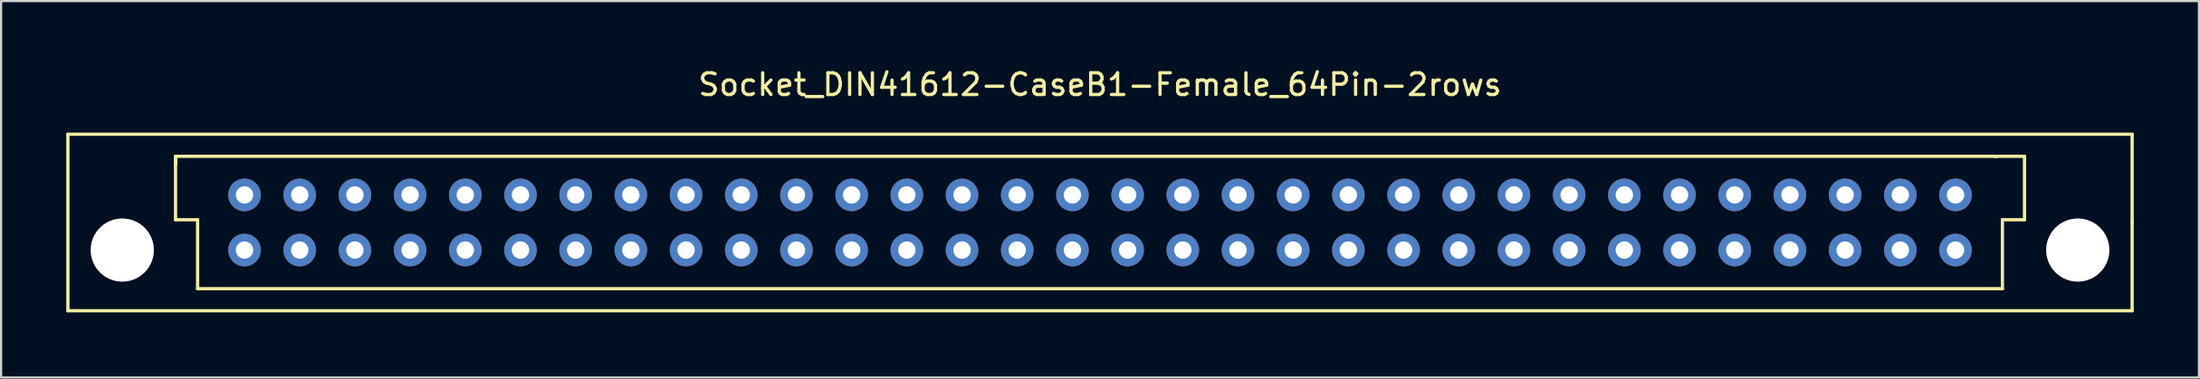
<source format=kicad_pcb>
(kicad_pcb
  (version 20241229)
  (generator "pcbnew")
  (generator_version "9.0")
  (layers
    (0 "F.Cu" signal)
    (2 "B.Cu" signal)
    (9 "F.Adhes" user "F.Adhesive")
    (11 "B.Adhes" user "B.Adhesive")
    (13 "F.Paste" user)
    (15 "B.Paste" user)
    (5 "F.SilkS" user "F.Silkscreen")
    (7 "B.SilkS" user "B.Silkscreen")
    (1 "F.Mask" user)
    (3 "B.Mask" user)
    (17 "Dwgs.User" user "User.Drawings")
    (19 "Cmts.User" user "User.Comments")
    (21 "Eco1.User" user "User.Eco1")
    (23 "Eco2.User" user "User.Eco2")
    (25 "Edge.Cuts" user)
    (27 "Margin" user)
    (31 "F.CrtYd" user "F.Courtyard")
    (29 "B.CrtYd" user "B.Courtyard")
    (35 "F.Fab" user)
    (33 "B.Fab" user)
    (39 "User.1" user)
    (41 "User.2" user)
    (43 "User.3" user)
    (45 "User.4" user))
  (footprint "Socket_DIN41612-CaseB1-Female_64Pin-2rows"
    (layer "F.Cu")
    (at 47.573 7.198)
    (property "Reference" "Socket_DIN41612-CaseB1-Female_64Pin-2rows" (at 0 -6.35 0) (layer "F.SilkS") (effects (font (size 1 1) (thickness 0.15))))
    (attr through_hole)
    (fp_line (start -47.498 -4.064) (end -47.498 4.064) (stroke (width 0.15) (type solid)) (layer "F.SilkS"))
    (fp_line (start -47.498 4.064) (end 47.498 4.064) (stroke (width 0.15) (type solid)) (layer "F.SilkS"))
    (fp_line (start -42.545 -3.048) (end -42.545 -2.667) (stroke (width 0.15) (type solid)) (layer "F.SilkS"))
    (fp_line (start -42.545 -0.127) (end -42.545 -3.048) (stroke (width 0.15) (type solid)) (layer "F.SilkS"))
    (fp_line (start -41.529 -0.127) (end -42.545 -0.127) (stroke (width 0.15) (type solid)) (layer "F.SilkS"))
    (fp_line (start -41.529 3.048) (end -41.529 -0.127) (stroke (width 0.15) (type solid)) (layer "F.SilkS"))
    (fp_line (start 41.275 -3.048) (end -42.545 -3.048) (stroke (width 0.15) (type solid)) (layer "F.SilkS"))
    (fp_line (start 41.529 -0.127) (end 42.545 -0.127) (stroke (width 0.15) (type solid)) (layer "F.SilkS"))
    (fp_line (start 41.529 3.048) (end -41.529 3.048) (stroke (width 0.15) (type solid)) (layer "F.SilkS"))
    (fp_line (start 41.529 3.048) (end 41.529 -0.127) (stroke (width 0.15) (type solid)) (layer "F.SilkS"))
    (fp_line (start 42.545 -3.048) (end 41.148 -3.048) (stroke (width 0.15) (type solid)) (layer "F.SilkS"))
    (fp_line (start 42.545 -0.127) (end 42.545 -3.048) (stroke (width 0.15) (type solid)) (layer "F.SilkS"))
    (fp_line (start 47.498 -4.064) (end -47.498 -4.064) (stroke (width 0.15) (type solid)) (layer "F.SilkS"))
    (fp_line (start 47.498 0) (end 47.498 -4.064) (stroke (width 0.15) (type solid)) (layer "F.SilkS"))
    (fp_line (start 47.498 4.064) (end 47.498 0) (stroke (width 0.15) (type solid)) (layer "F.SilkS"))
    (pad "1" thru_hole circle (at -44.996 1.27) (size 2.901 2.901) (drill 2.901) (layers "*.Cu" "*.Mask"))
    (pad "1" thru_hole circle (at 44.996 1.27) (size 2.901 2.901) (drill 2.901) (layers "*.Cu" "*.Mask"))
    (pad "1a" thru_hole circle (at 39.37 -1.27 180) (size 1.501 1.501) (drill 0.8) (layers "*.Cu" "*.Mask"))
    (pad "1b" thru_hole circle (at 39.37 1.27 180) (size 1.501 1.501) (drill 0.8) (layers "*.Cu" "*.Mask"))
    (pad "2a" thru_hole circle (at 36.83 -1.27 180) (size 1.501 1.501) (drill 0.8) (layers "*.Cu" "*.Mask"))
    (pad "2b" thru_hole circle (at 36.83 1.27 180) (size 1.501 1.501) (drill 0.8) (layers "*.Cu" "*.Mask"))
    (pad "3a" thru_hole circle (at 34.29 -1.27 180) (size 1.501 1.501) (drill 0.8) (layers "*.Cu" "*.Mask"))
    (pad "3b" thru_hole circle (at 34.29 1.27 180) (size 1.501 1.501) (drill 0.8) (layers "*.Cu" "*.Mask"))
    (pad "4a" thru_hole circle (at 31.75 -1.27 180) (size 1.501 1.501) (drill 0.8) (layers "*.Cu" "*.Mask"))
    (pad "4b" thru_hole circle (at 31.75 1.27 180) (size 1.501 1.501) (drill 0.8) (layers "*.Cu" "*.Mask"))
    (pad "5a" thru_hole circle (at 29.21 -1.27 180) (size 1.501 1.501) (drill 0.8) (layers "*.Cu" "*.Mask"))
    (pad "5b" thru_hole circle (at 29.21 1.27 180) (size 1.501 1.501) (drill 0.8) (layers "*.Cu" "*.Mask"))
    (pad "6a" thru_hole circle (at 26.67 -1.27 180) (size 1.501 1.501) (drill 0.8) (layers "*.Cu" "*.Mask"))
    (pad "6b" thru_hole circle (at 26.67 1.27 180) (size 1.501 1.501) (drill 0.8) (layers "*.Cu" "*.Mask"))
    (pad "7a" thru_hole circle (at 24.13 -1.27 180) (size 1.501 1.501) (drill 0.8) (layers "*.Cu" "*.Mask"))
    (pad "7b" thru_hole circle (at 24.13 1.27 180) (size 1.501 1.501) (drill 0.8) (layers "*.Cu" "*.Mask"))
    (pad "8a" thru_hole circle (at 21.59 -1.27 180) (size 1.501 1.501) (drill 0.8) (layers "*.Cu" "*.Mask"))
    (pad "8b" thru_hole circle (at 21.59 1.27 180) (size 1.501 1.501) (drill 0.8) (layers "*.Cu" "*.Mask"))
    (pad "9a" thru_hole circle (at 19.05 -1.27 180) (size 1.501 1.501) (drill 0.8) (layers "*.Cu" "*.Mask"))
    (pad "9b" thru_hole circle (at 19.05 1.27 180) (size 1.501 1.501) (drill 0.8) (layers "*.Cu" "*.Mask"))
    (pad "10a" thru_hole circle (at 16.51 -1.27 180) (size 1.501 1.501) (drill 0.8) (layers "*.Cu" "*.Mask"))
    (pad "10b" thru_hole circle (at 16.51 1.27 180) (size 1.501 1.501) (drill 0.8) (layers "*.Cu" "*.Mask"))
    (pad "11a" thru_hole circle (at 13.97 -1.27 180) (size 1.501 1.501) (drill 0.8) (layers "*.Cu" "*.Mask"))
    (pad "11b" thru_hole circle (at 13.97 1.27 180) (size 1.501 1.501) (drill 0.8) (layers "*.Cu" "*.Mask"))
    (pad "12a" thru_hole circle (at 11.43 -1.27 180) (size 1.501 1.501) (drill 0.8) (layers "*.Cu" "*.Mask"))
    (pad "12b" thru_hole circle (at 11.43 1.27 180) (size 1.501 1.501) (drill 0.8) (layers "*.Cu" "*.Mask"))
    (pad "13a" thru_hole circle (at 8.89 -1.27 180) (size 1.501 1.501) (drill 0.8) (layers "*.Cu" "*.Mask"))
    (pad "13b" thru_hole circle (at 8.89 1.27 180) (size 1.501 1.501) (drill 0.8) (layers "*.Cu" "*.Mask"))
    (pad "14a" thru_hole circle (at 6.35 -1.27 180) (size 1.501 1.501) (drill 0.8) (layers "*.Cu" "*.Mask"))
    (pad "14b" thru_hole circle (at 6.35 1.27 180) (size 1.501 1.501) (drill 0.8) (layers "*.Cu" "*.Mask"))
    (pad "15a" thru_hole circle (at 3.81 -1.27 180) (size 1.501 1.501) (drill 0.8) (layers "*.Cu" "*.Mask"))
    (pad "15b" thru_hole circle (at 3.81 1.27 180) (size 1.501 1.501) (drill 0.8) (layers "*.Cu" "*.Mask"))
    (pad "16a" thru_hole circle (at 1.27 -1.27 180) (size 1.501 1.501) (drill 0.8) (layers "*.Cu" "*.Mask"))
    (pad "16b" thru_hole circle (at 1.27 1.27 180) (size 1.501 1.501) (drill 0.8) (layers "*.Cu" "*.Mask"))
    (pad "17a" thru_hole circle (at -1.27 -1.27 180) (size 1.501 1.501) (drill 0.8) (layers "*.Cu" "*.Mask"))
    (pad "17b" thru_hole circle (at -1.27 1.27 180) (size 1.501 1.501) (drill 0.8) (layers "*.Cu" "*.Mask"))
    (pad "18a" thru_hole circle (at -3.81 -1.27 180) (size 1.501 1.501) (drill 0.8) (layers "*.Cu" "*.Mask"))
    (pad "18b" thru_hole circle (at -3.81 1.27 180) (size 1.501 1.501) (drill 0.8) (layers "*.Cu" "*.Mask"))
    (pad "19a" thru_hole circle (at -6.35 -1.27 180) (size 1.501 1.501) (drill 0.8) (layers "*.Cu" "*.Mask"))
    (pad "19b" thru_hole circle (at -6.35 1.27 180) (size 1.501 1.501) (drill 0.8) (layers "*.Cu" "*.Mask"))
    (pad "20a" thru_hole circle (at -8.89 -1.27 180) (size 1.501 1.501) (drill 0.8) (layers "*.Cu" "*.Mask"))
    (pad "20b" thru_hole circle (at -8.89 1.27 180) (size 1.501 1.501) (drill 0.8) (layers "*.Cu" "*.Mask"))
    (pad "21a" thru_hole circle (at -11.43 -1.27 180) (size 1.501 1.501) (drill 0.8) (layers "*.Cu" "*.Mask"))
    (pad "21b" thru_hole circle (at -11.43 1.27 180) (size 1.501 1.501) (drill 0.8) (layers "*.Cu" "*.Mask"))
    (pad "22a" thru_hole circle (at -13.97 -1.27 180) (size 1.501 1.501) (drill 0.8) (layers "*.Cu" "*.Mask"))
    (pad "22b" thru_hole circle (at -13.97 1.27 180) (size 1.501 1.501) (drill 0.8) (layers "*.Cu" "*.Mask"))
    (pad "23a" thru_hole circle (at -16.51 -1.27 180) (size 1.501 1.501) (drill 0.8) (layers "*.Cu" "*.Mask"))
    (pad "23b" thru_hole circle (at -16.51 1.27 180) (size 1.501 1.501) (drill 0.8) (layers "*.Cu" "*.Mask"))
    (pad "24" thru_hole circle (at -19.05 -1.27 180) (size 1.501 1.501) (drill 0.8) (layers "*.Cu" "*.Mask"))
    (pad "24b" thru_hole circle (at -19.05 1.27 180) (size 1.501 1.501) (drill 0.8) (layers "*.Cu" "*.Mask"))
    (pad "25a" thru_hole circle (at -21.59 -1.27 180) (size 1.501 1.501) (drill 0.8) (layers "*.Cu" "*.Mask"))
    (pad "25b" thru_hole circle (at -21.59 1.27 180) (size 1.501 1.501) (drill 0.8) (layers "*.Cu" "*.Mask"))
    (pad "26a" thru_hole circle (at -24.13 -1.27 180) (size 1.501 1.501) (drill 0.8) (layers "*.Cu" "*.Mask"))
    (pad "26b" thru_hole circle (at -24.13 1.27 180) (size 1.501 1.501) (drill 0.8) (layers "*.Cu" "*.Mask"))
    (pad "27a" thru_hole circle (at -26.67 -1.27 180) (size 1.501 1.501) (drill 0.8) (layers "*.Cu" "*.Mask"))
    (pad "27b" thru_hole circle (at -26.67 1.27 180) (size 1.501 1.501) (drill 0.8) (layers "*.Cu" "*.Mask"))
    (pad "28a" thru_hole circle (at -29.21 -1.27 180) (size 1.501 1.501) (drill 0.8) (layers "*.Cu" "*.Mask"))
    (pad "28b" thru_hole circle (at -29.21 1.27 180) (size 1.501 1.501) (drill 0.8) (layers "*.Cu" "*.Mask"))
    (pad "29a" thru_hole circle (at -31.75 -1.27 180) (size 1.501 1.501) (drill 0.8) (layers "*.Cu" "*.Mask"))
    (pad "29b" thru_hole circle (at -31.75 1.27 180) (size 1.501 1.501) (drill 0.8) (layers "*.Cu" "*.Mask"))
    (pad "30a" thru_hole circle (at -34.29 -1.27 180) (size 1.501 1.501) (drill 0.8) (layers "*.Cu" "*.Mask"))
    (pad "30b" thru_hole circle (at -34.29 1.27 180) (size 1.501 1.501) (drill 0.8) (layers "*.Cu" "*.Mask"))
    (pad "31a" thru_hole circle (at -36.83 -1.27 180) (size 1.501 1.501) (drill 0.8) (layers "*.Cu" "*.Mask"))
    (pad "31b" thru_hole circle (at -36.83 1.27 180) (size 1.501 1.501) (drill 0.8) (layers "*.Cu" "*.Mask"))
    (pad "32a" thru_hole circle (at -39.37 -1.27 180) (size 1.501 1.501) (drill 0.8) (layers "*.Cu" "*.Mask"))
    (pad "32b" thru_hole circle (at -39.37 1.27 180) (size 1.501 1.501) (drill 0.8) (layers "*.Cu" "*.Mask")))
  (gr_rect
    (start -3 -3)
    (end 98.146 14.337)
    (stroke (width 0.1) (type default))
    (fill no)
    (layer "Edge.Cuts")))
</source>
